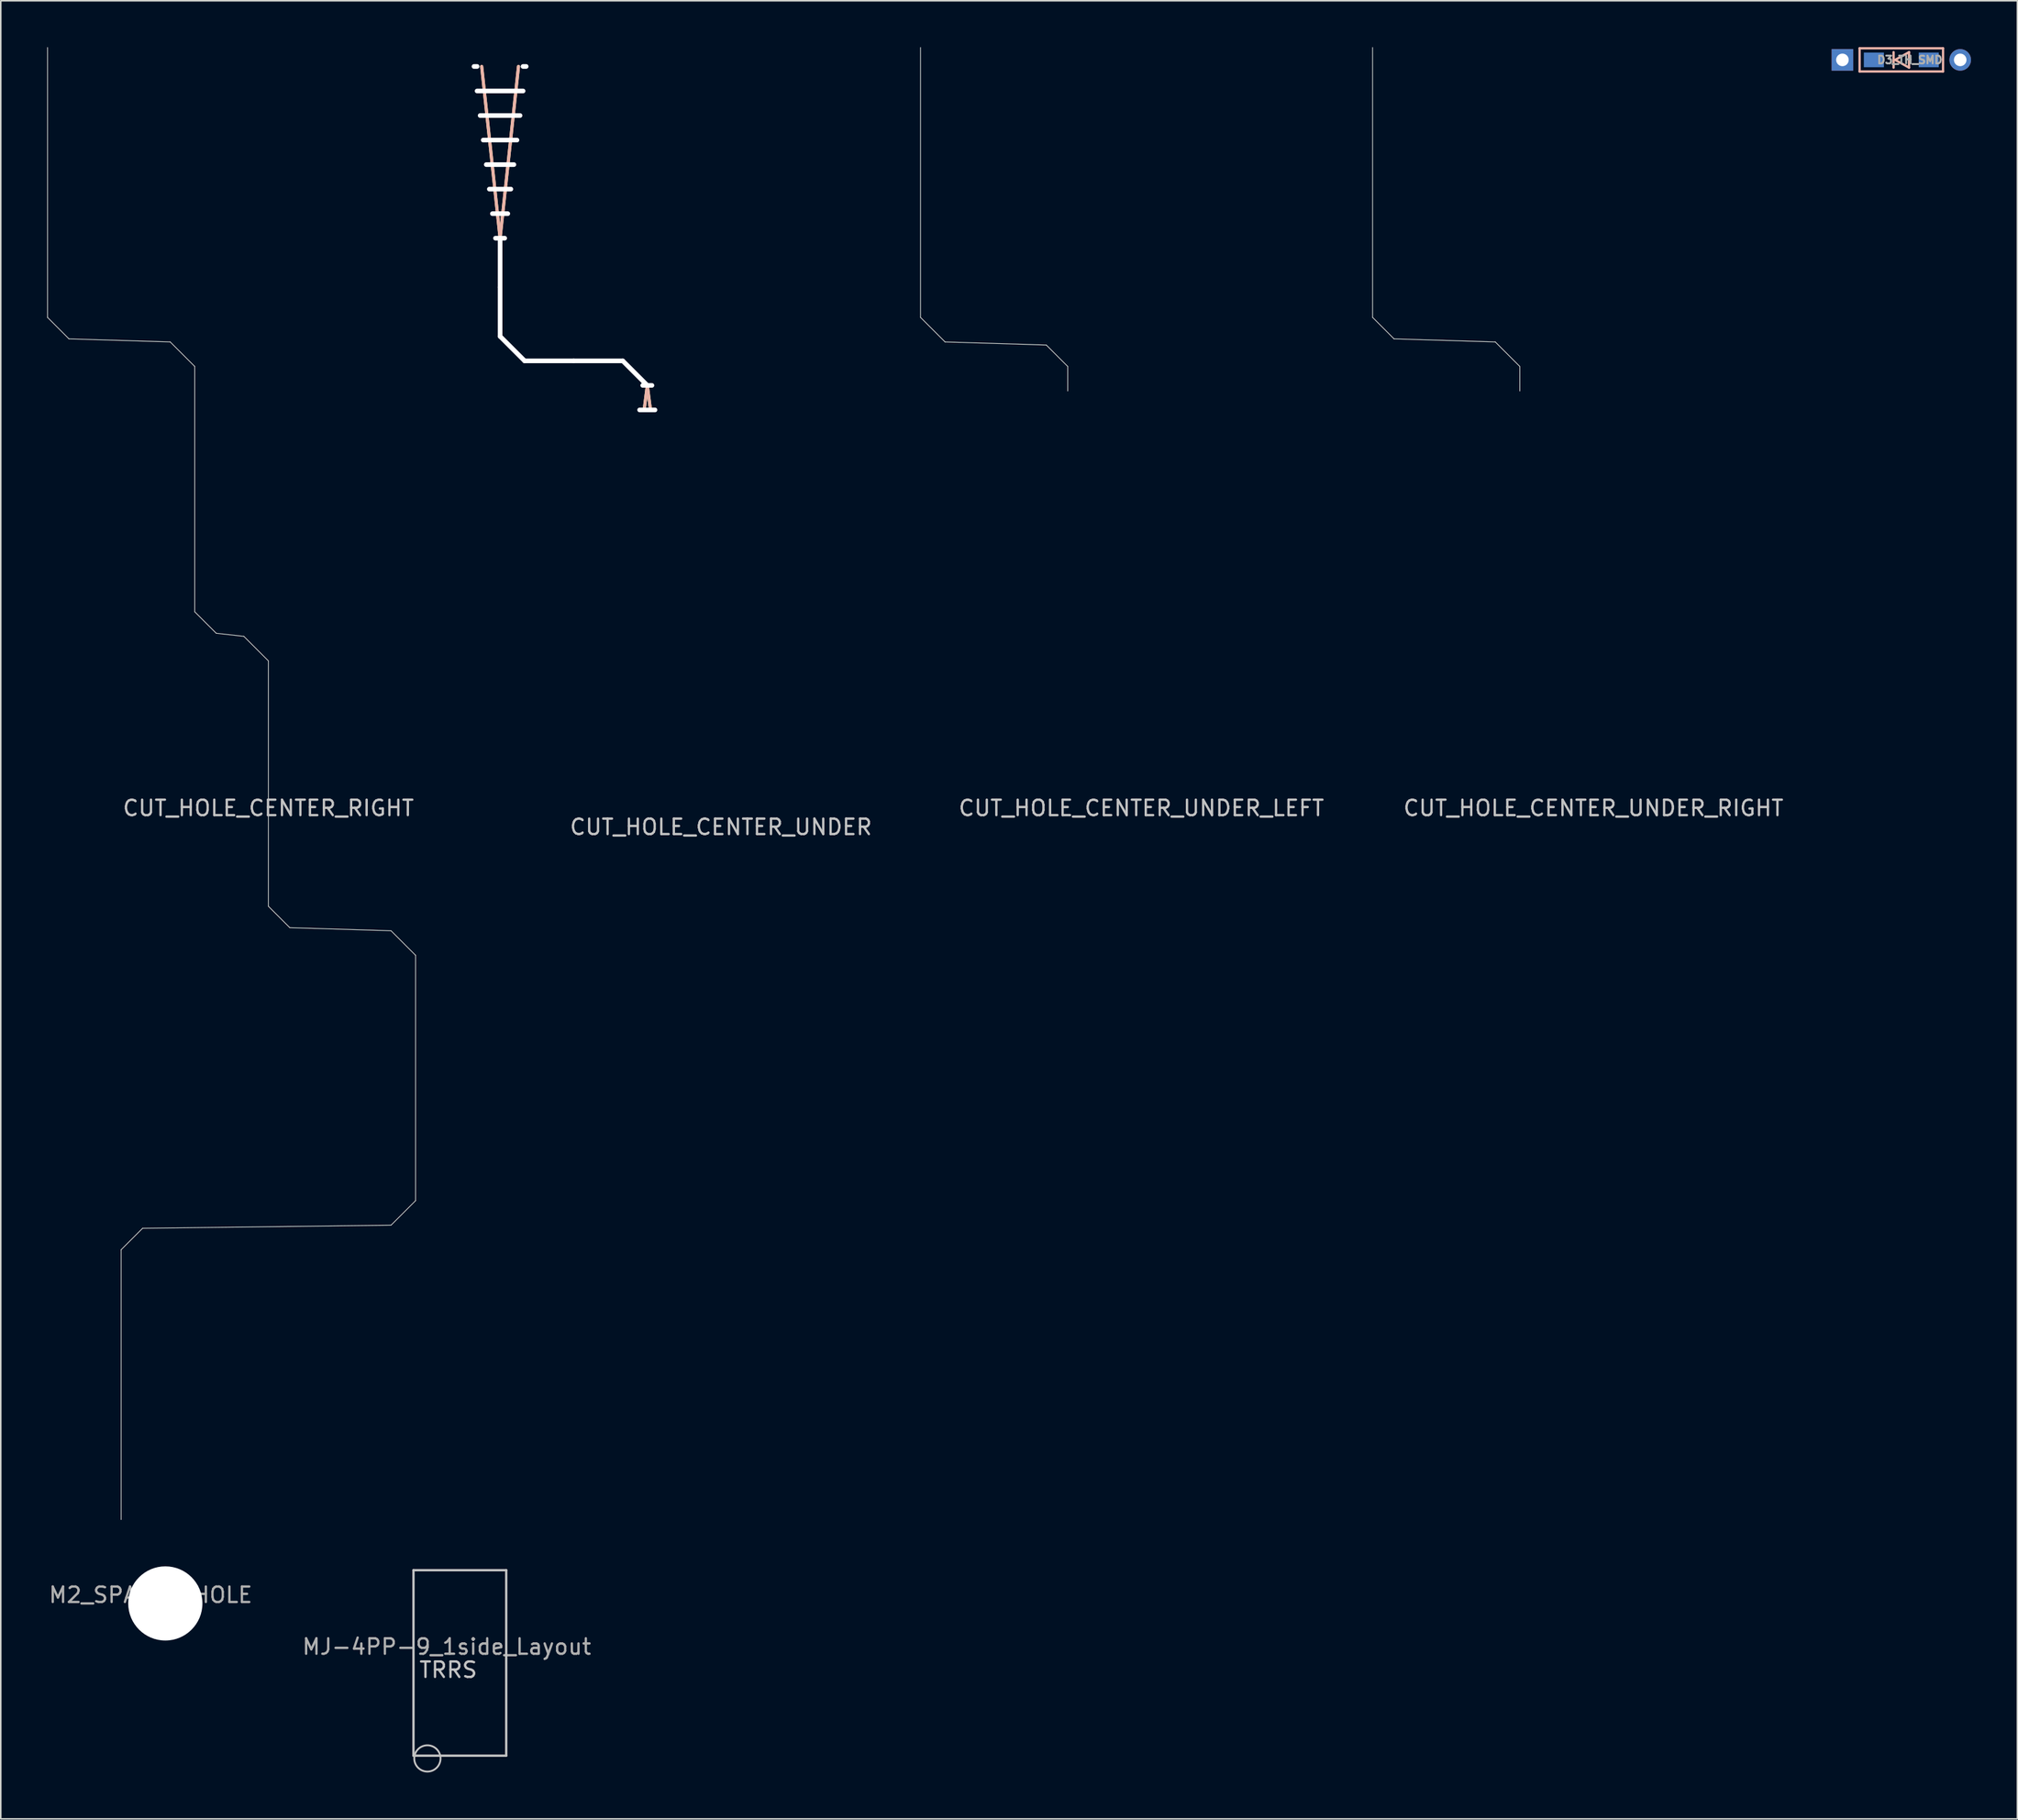
<source format=kicad_pcb>
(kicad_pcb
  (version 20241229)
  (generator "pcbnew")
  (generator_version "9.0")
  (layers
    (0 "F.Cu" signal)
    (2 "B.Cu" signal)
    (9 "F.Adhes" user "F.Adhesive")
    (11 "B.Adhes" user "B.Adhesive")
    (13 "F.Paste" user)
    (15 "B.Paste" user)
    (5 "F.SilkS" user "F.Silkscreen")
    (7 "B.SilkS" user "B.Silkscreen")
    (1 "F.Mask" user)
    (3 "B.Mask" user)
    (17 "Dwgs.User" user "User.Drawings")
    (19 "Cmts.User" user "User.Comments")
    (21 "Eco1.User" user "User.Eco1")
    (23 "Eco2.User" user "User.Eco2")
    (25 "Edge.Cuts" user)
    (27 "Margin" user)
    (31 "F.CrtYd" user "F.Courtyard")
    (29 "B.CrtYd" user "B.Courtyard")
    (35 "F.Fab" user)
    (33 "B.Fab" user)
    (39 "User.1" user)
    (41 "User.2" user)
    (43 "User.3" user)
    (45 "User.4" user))
  (footprint "CUT_HOLE_CENTER_UNDER_RIGHT"
    (layer "F.Cu")
    (at 100.038 47.65)
    (property "Reference" "CUT_HOLE_CENTER_UNDER_RIGHT" (at 0 1.587 0) (layer "Dwgs.User") (effects (font (size 1 1) (thickness 0.15))))
    (attr through_hole)
    (fp_line (start -14.287 -47.625) (end -14.287 -30.163) (stroke (width 0.05) (type solid)) (layer "Edge.Cuts"))
    (fp_line (start -14.287 -30.163) (end -12.9 -28.774) (stroke (width 0.05) (type solid)) (layer "Edge.Cuts"))
    (fp_line (start -12.9 -28.774) (end -6.35 -28.575) (stroke (width 0.05) (type solid)) (layer "Edge.Cuts"))
    (fp_line (start -6.35 -28.575) (end -4.763 -26.988) (stroke (width 0.05) (type solid)) (layer "Edge.Cuts"))
    (fp_line (start -4.763 -26.988) (end -4.763 -25.4) (stroke (width 0.05) (type solid)) (layer "Edge.Cuts")))
  (footprint "MJ-4PP-9_1side_Layout"
    (layer "F.Cu")
    (at 26.701 98.55)
    (property "Reference" "MJ-4PP-9_1side_Layout" (at -0.85 4.95 0) (layer "F.Fab") (effects (font (size 1 1) (thickness 0.15))))
    (attr through_hole)
    (fp_line (start -3 0) (end 3 0) (stroke (width 0.15) (type solid)) (layer "Dwgs.User"))
    (fp_line (start -3 12) (end -3 0) (stroke (width 0.15) (type solid)) (layer "Dwgs.User"))
    (fp_line (start 3 0) (end 3 12) (stroke (width 0.15) (type solid)) (layer "Dwgs.User"))
    (fp_line (start 3 12) (end -3 12) (stroke (width 0.15) (type solid)) (layer "Dwgs.User"))
    (fp_circle (center -2.1 12.18) (end -1.25 12.18) (stroke (width 0.12) (type solid)) (fill no) (layer "Dwgs.User"))
    (fp_text user "TRRS" (at -0.75 6.45 0) (layer "Dwgs.User") (effects (font (size 1 1) (thickness 0.15)))))
  (footprint "CUT_HOLE_CENTER_RIGHT"
    (layer "F.Cu")
    (at 14.312 47.65)
    (property "Reference" "CUT_HOLE_CENTER_RIGHT" (at 0 1.587 0) (layer "Dwgs.User") (effects (font (size 1 1) (thickness 0.15))))
    (attr through_hole)
    (fp_line (start -14.287 -47.625) (end -14.287 -30.163) (stroke (width 0.05) (type solid)) (layer "Edge.Cuts"))
    (fp_line (start -14.287 -30.163) (end -12.9 -28.774) (stroke (width 0.05) (type solid)) (layer "Edge.Cuts"))
    (fp_line (start -12.9 -28.774) (end -6.35 -28.575) (stroke (width 0.05) (type solid)) (layer "Edge.Cuts"))
    (fp_line (start -9.525 30.163) (end -9.525 47.625) (stroke (width 0.05) (type solid)) (layer "Edge.Cuts"))
    (fp_line (start -9.525 30.163) (end -8.137 28.775) (stroke (width 0.05) (type solid)) (layer "Edge.Cuts"))
    (fp_line (start -6.35 -28.575) (end -4.763 -26.988) (stroke (width 0.05) (type solid)) (layer "Edge.Cuts"))
    (fp_line (start -4.763 -26.988) (end -4.763 -11.113) (stroke (width 0.05) (type solid)) (layer "Edge.Cuts"))
    (fp_line (start -4.763 -11.113) (end -3.375 -9.725) (stroke (width 0.05) (type solid)) (layer "Edge.Cuts"))
    (fp_line (start -3.375 -9.725) (end -1.587 -9.525) (stroke (width 0.05) (type solid)) (layer "Edge.Cuts"))
    (fp_line (start -1.587 -9.525) (end 0 -7.938) (stroke (width 0.05) (type solid)) (layer "Edge.Cuts"))
    (fp_line (start 0 -7.938) (end 0 7.938) (stroke (width 0.05) (type solid)) (layer "Edge.Cuts"))
    (fp_line (start 0 7.938) (end 1.387 9.325) (stroke (width 0.05) (type solid)) (layer "Edge.Cuts"))
    (fp_line (start 1.387 9.325) (end 7.938 9.525) (stroke (width 0.05) (type solid)) (layer "Edge.Cuts"))
    (fp_line (start 7.938 9.525) (end 9.525 11.113) (stroke (width 0.05) (type solid)) (layer "Edge.Cuts"))
    (fp_line (start 7.938 28.575) (end -8.137 28.775) (stroke (width 0.05) (type solid)) (layer "Edge.Cuts"))
    (fp_line (start 7.938 28.575) (end 9.525 26.988) (stroke (width 0.05) (type solid)) (layer "Edge.Cuts"))
    (fp_line (start 9.525 11.113) (end 9.525 26.988) (stroke (width 0.05) (type solid)) (layer "Edge.Cuts")))
  (footprint "CUT_HOLE_CENTER_UNDER"
    (layer "F.Cu")
    (at 43.591 48.875)
    (property "Reference" "CUT_HOLE_CENTER_UNDER" (at 0 1.587 0) (layer "Dwgs.User") (effects (font (size 1 1) (thickness 0.15))))
    (attr through_hole)
    (fp_line (start -14.287 -36.513) (end -15.478 -47.625) (stroke (width 0.2) (type solid)) (layer "F.SilkS"))
    (fp_line (start -14.287 -36.513) (end -13.097 -47.625) (stroke (width 0.2) (type solid)) (layer "F.SilkS"))
    (fp_line (start -4.763 -26.988) (end -4.97 -25.38) (stroke (width 0.2) (type solid)) (layer "F.SilkS"))
    (fp_line (start -4.763 -26.988) (end -4.555 -25.38) (stroke (width 0.2) (type solid)) (layer "F.SilkS"))
    (fp_line (start -14.287 -36.513) (end -15.478 -47.625) (stroke (width 0.2) (type solid)) (layer "B.SilkS"))
    (fp_line (start -14.287 -36.513) (end -13.097 -47.625) (stroke (width 0.2) (type solid)) (layer "B.SilkS"))
    (fp_line (start -4.763 -26.988) (end -4.97 -25.38) (stroke (width 0.2) (type solid)) (layer "B.SilkS"))
    (fp_line (start -4.763 -26.988) (end -4.555 -25.38) (stroke (width 0.2) (type solid)) (layer "B.SilkS"))
    (fp_line (start -14.287 -36.513) (end -15.478 -47.625) (stroke (width 2.5) (type solid)) (layer "Margin"))
    (fp_line (start -14.287 -36.513) (end -13.097 -47.625) (stroke (width 2.5) (type solid)) (layer "Margin"))
    (fp_line (start -4.763 -26.988) (end -4.97 -25.38) (stroke (width 2.5) (type solid)) (layer "Margin"))
    (fp_line (start -4.763 -26.988) (end -4.555 -25.38) (stroke (width 2.5) (type solid)) (layer "Margin"))
    (pad "" np_thru_hole oval (at -15.875 -47.625 180) (size 0.5 0.3) (drill oval 0.5 0.3) (layers "*.Cu" "*.Mask"))
    (pad "" np_thru_hole oval (at -14.287 -46.038 180) (size 3.278 0.3) (drill oval 3.278 0.3) (layers "*.Cu" "*.Mask"))
    (pad "" np_thru_hole oval (at -14.287 -44.45 180) (size 2.881 0.3) (drill oval 2.881 0.3) (layers "*.Cu" "*.Mask"))
    (pad "" np_thru_hole oval (at -14.287 -42.862 180) (size 2.484 0.3) (drill oval 2.484 0.3) (layers "*.Cu" "*.Mask"))
    (pad "" np_thru_hole oval (at -14.287 -41.275 180) (size 2.087 0.3) (drill oval 2.087 0.3) (layers "*.Cu" "*.Mask"))
    (pad "" np_thru_hole oval (at -14.287 -39.688 180) (size 1.691 0.3) (drill oval 1.691 0.3) (layers "*.Cu" "*.Mask"))
    (pad "" np_thru_hole oval (at -14.287 -38.1 180) (size 1.294 0.3) (drill oval 1.294 0.3) (layers "*.Cu" "*.Mask"))
    (pad "" np_thru_hole oval (at -14.287 -36.513 180) (size 0.897 0.3) (drill oval 0.897 0.3) (layers "*.Cu" "*.Mask"))
    (pad "" np_thru_hole oval (at -14.287 -34.925 180) (size 0.3 3.475) (drill oval 0.3 3.475) (layers "*.Cu" "*.Mask"))
    (pad "" np_thru_hole oval (at -14.287 -31.75 180) (size 0.3 3.475) (drill oval 0.3 3.475) (layers "*.Cu" "*.Mask"))
    (pad "" np_thru_hole oval (at -13.494 -29.369 45) (size 0.3 2.545) (drill oval 0.3 2.545) (layers "*.Cu" "*.Mask"))
    (pad "" np_thru_hole oval (at -12.7 -47.625 180) (size 0.5 0.3) (drill oval 0.5 0.3) (layers "*.Cu" "*.Mask"))
    (pad "" np_thru_hole oval (at -11.113 -28.575 270) (size 0.3 3.475) (drill oval 0.3 3.475) (layers "*.Cu" "*.Mask"))
    (pad "" np_thru_hole oval (at -7.938 -28.575 270) (size 0.3 3.475) (drill oval 0.3 3.475) (layers "*.Cu" "*.Mask"))
    (pad "" np_thru_hole oval (at -5.556 -27.781 45) (size 0.3 2.545) (drill oval 0.3 2.545) (layers "*.Cu" "*.Mask"))
    (pad "" np_thru_hole oval (at -4.763 -26.988) (size 0.897 0.3) (drill oval 0.897 0.3) (layers "*.Cu" "*.Mask"))
    (pad "" np_thru_hole oval (at -4.763 -25.4) (size 1.294 0.3) (drill oval 1.294 0.3) (layers "*.Cu" "*.Mask")))
  (footprint "M2_SPACER_HOLE"
    (layer "F.Cu")
    (at 7.646 100.7)
    (property "Reference" "M2_SPACER_HOLE" (at -0.95 -0.55 0) (layer "F.Fab") (effects (font (size 1 1) (thickness 0.15))))
    (attr exclude_from_pos_files exclude_from_bom)
    (pad "" np_thru_hole circle (at 0 0) (size 4.8 4.8) (drill 4.8) (layers "*.Cu" "*.Mask")))
  (footprint "D3_TH_SMD"
    (layer "F.Cu")
    (at 119.957 0.825)
    (property "Reference" "D3_TH_SMD" (at 0.55 0 0) (layer "F.Fab") (effects (font (size 0.5 0.5) (thickness 0.125))))
    (attr through_hole)
    (fp_line (start -2.7 -0.75) (end -2.7 0.75) (stroke (width 0.15) (type solid)) (layer "B.SilkS"))
    (fp_line (start -2.7 0.75) (end 2.7 0.75) (stroke (width 0.15) (type solid)) (layer "B.SilkS"))
    (fp_line (start -0.5 -0.5) (end -0.5 0.5) (stroke (width 0.15) (type solid)) (layer "B.SilkS"))
    (fp_line (start -0.4 0) (end 0.5 -0.5) (stroke (width 0.15) (type solid)) (layer "B.SilkS"))
    (fp_line (start 0.5 -0.5) (end 0.5 0.5) (stroke (width 0.15) (type solid)) (layer "B.SilkS"))
    (fp_line (start 0.5 0.5) (end -0.4 0) (stroke (width 0.15) (type solid)) (layer "B.SilkS"))
    (fp_line (start 2.7 -0.75) (end -2.7 -0.75) (stroke (width 0.15) (type solid)) (layer "B.SilkS"))
    (fp_line (start 2.7 0.75) (end 2.7 -0.75) (stroke (width 0.15) (type solid)) (layer "B.SilkS"))
    (pad "1" thru_hole rect (at -3.81 0) (size 1.397 1.397) (drill 0.813) (layers "*.Cu" "*.Mask"))
    (pad "1" smd rect (at -1.775 0) (size 1.3 0.95) (layers "B.Cu" "B.Mask" "B.Paste"))
    (pad "2" smd rect (at 1.775 0) (size 1.3 0.95) (layers "B.Cu" "B.Mask" "B.Paste"))
    (pad "2" thru_hole circle (at 3.81 0) (size 1.397 1.397) (drill 0.813) (layers "*.Cu" "*.Mask")))
  (footprint "CUT_HOLE_CENTER_UNDER_LEFT"
    (layer "F.Cu")
    (at 70.791 47.65)
    (property "Reference" "CUT_HOLE_CENTER_UNDER_LEFT" (at 0 1.587 0) (layer "Dwgs.User") (effects (font (size 1 1) (thickness 0.15))))
    (attr through_hole)
    (fp_line (start -14.287 -47.625) (end -14.287 -30.163) (stroke (width 0.05) (type solid)) (layer "Edge.Cuts"))
    (fp_line (start -14.287 -30.163) (end -12.7 -28.575) (stroke (width 0.05) (type solid)) (layer "Edge.Cuts"))
    (fp_line (start -12.7 -28.575) (end -6.149 -28.375) (stroke (width 0.05) (type solid)) (layer "Edge.Cuts"))
    (fp_line (start -6.149 -28.375) (end -4.763 -26.988) (stroke (width 0.05) (type solid)) (layer "Edge.Cuts"))
    (fp_line (start -4.763 -26.988) (end -4.763 -25.4) (stroke (width 0.05) (type solid)) (layer "Edge.Cuts")))
  (gr_rect
    (start -3 -3)
    (end 127.465 114.64)
    (stroke (width 0.1) (type default))
    (fill no)
    (layer "Edge.Cuts")))
</source>
